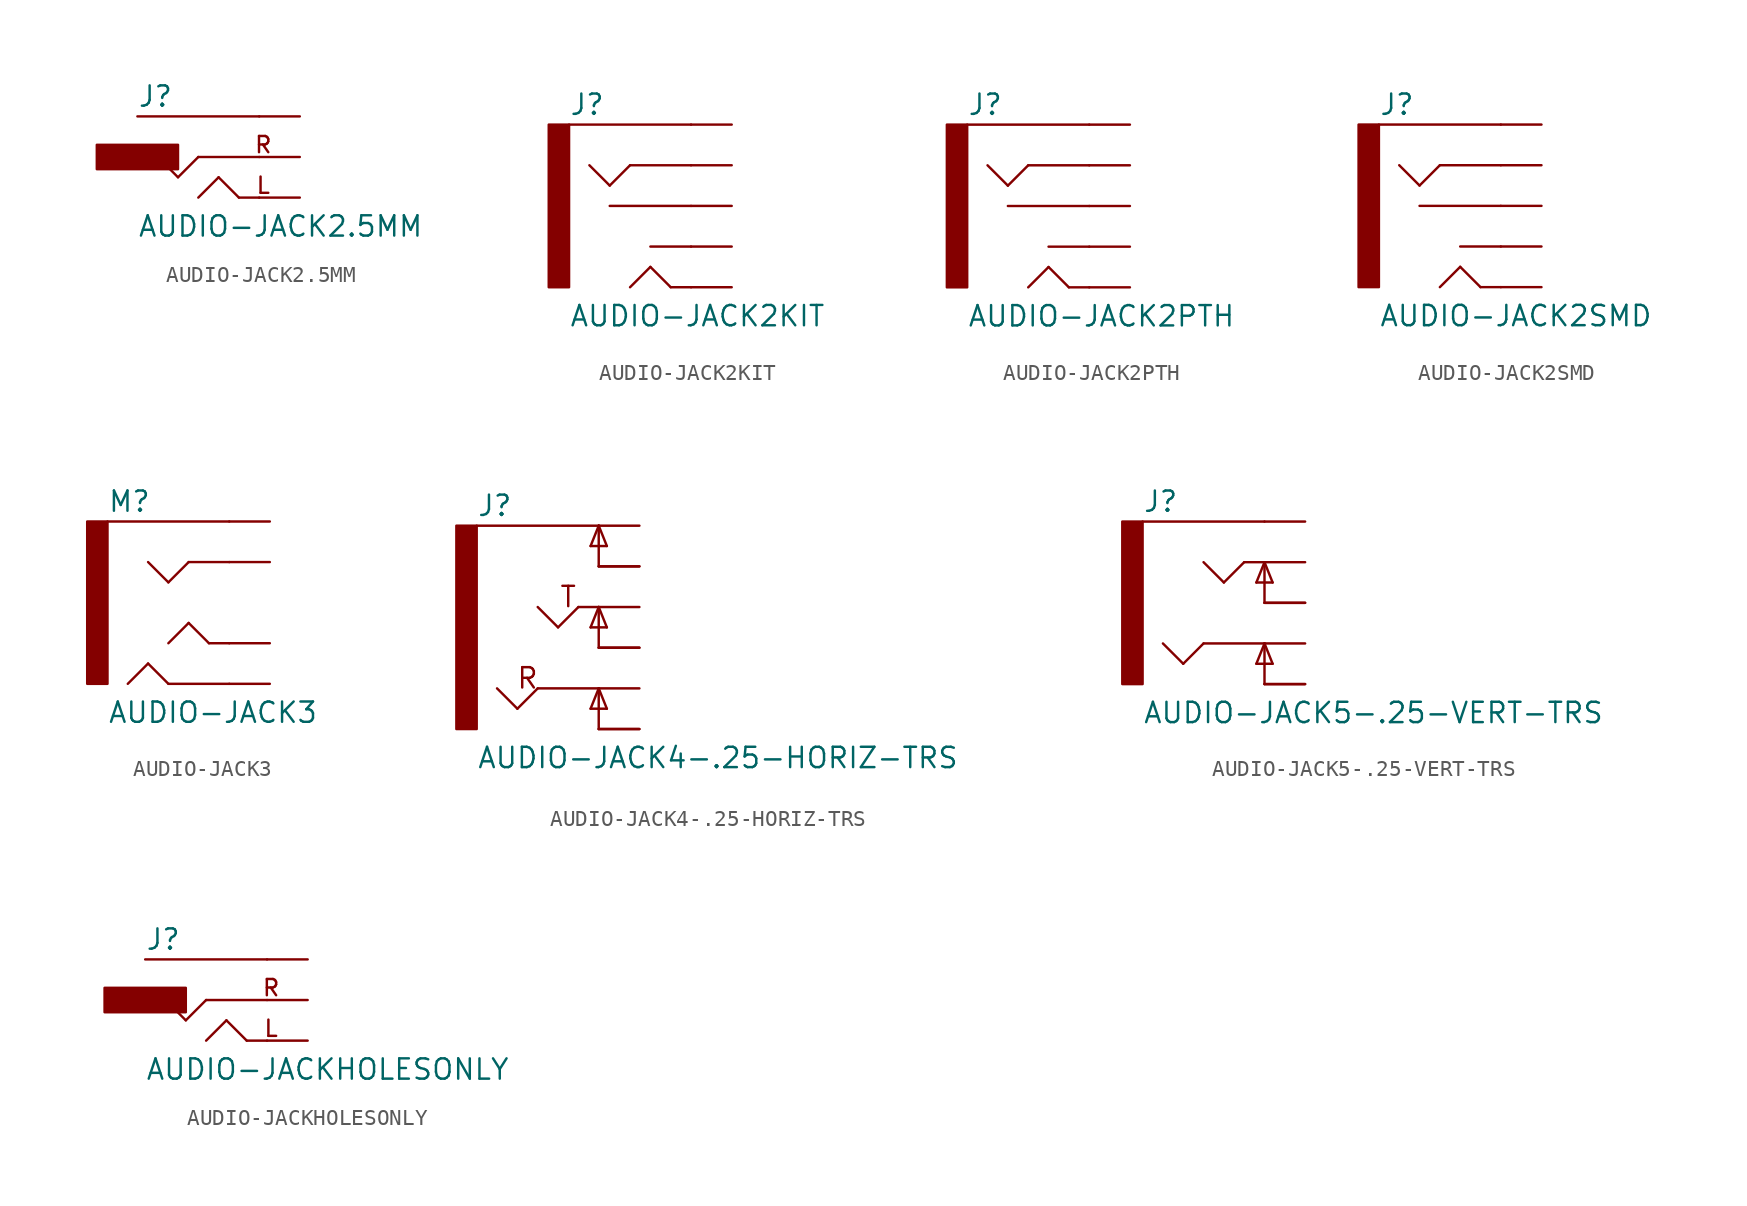
<source format=kicad_sym>
(kicad_symbol_lib
  (version 20211014)
  (generator kicad_symbol_editor)
  (symbol "AUDIO-JACK2.5MM"
    (pin_numbers hide)
    (pin_names
      (offset 1.016) hide)
    (property "Reference" "J"
      (at -5.08 3.048 0)
      (effects (font (size 1.27 1.27)) (justify left bottom)))
    (property "Value" "AUDIO-JACK2.5MM"
      (at -5.08 -5.08 0)
      (effects (font (size 1.27 1.27)) (justify left bottom)))
    (property "Datasheet" ""
      (at 0 0 0)
      (effects (font (size 1.524 1.524))))
    (property "ki_locked" ""
      (at 0 0 0)
      (effects (font (size 1.27 1.27))))
    (symbol "AUDIO-JACK2.5MM_1_0"
      (polyline (pts (xy -2.54 -1.27) (xy -3.81 0)) (stroke (width 0) (type default) (color 0 0 0 0)) (fill (type none)))
      (polyline (pts (xy -1.27 -2.54) (xy 0 -1.27)) (stroke (width 0) (type default) (color 0 0 0 0)) (fill (type none)))
      (polyline (pts (xy -1.27 0) (xy -2.54 -1.27)) (stroke (width 0) (type default) (color 0 0 0 0)) (fill (type none)))
      (polyline (pts (xy 0 -1.27) (xy 1.27 -2.54)) (stroke (width 0) (type default) (color 0 0 0 0)) (fill (type none)))
      (polyline (pts (xy 1.27 -2.54) (xy 2.54 -2.54)) (stroke (width 0) (type default) (color 0 0 0 0)) (fill (type none)))
      (polyline (pts (xy 2.54 0) (xy -1.27 0)) (stroke (width 0) (type default) (color 0 0 0 0)) (fill (type none)))
      (polyline (pts (xy 2.54 2.54) (xy -5.08 2.54)) (stroke (width 0) (type default) (color 0 0 0 0)) (fill (type none)))
      (text "L" (at 2.794 -1.778 0) (effects (font (size 1.016 1.016))))
      (text "R" (at 2.794 0.762 0) (effects (font (size 1.016 1.016)))))
    (symbol "AUDIO-JACK2.5MM_1_1"
      (rectangle (start -7.62 -0.762) (end -2.54 0.762) (stroke (width 0) (type default) (color 0 0 0 0)) (fill (type outline)))
      (pin bidirectional line (at 5.08 2.54 180) (length 2.54) (name "SLEEVE" (effects (font (size 1.016 1.016)))) (number "RING" (effects (font (size 1.016 1.016)))))
      (pin bidirectional line (at 5.08 -2.54 180) (length 2.54) (name "LEFT" (effects (font (size 1.016 1.016)))) (number "SHIE" (effects (font (size 1.016 1.016)))))
      (pin bidirectional line (at 5.08 0 180) (length 2.54) (name "RIGHT" (effects (font (size 1.016 1.016)))) (number "TIP" (effects (font (size 1.016 1.016)))))))
  (symbol "AUDIO-JACK2KIT"
    (pin_numbers hide)
    (pin_names
      (offset 1.016) hide)
    (property "Reference" "J"
      (at -5.08 5.588 0)
      (effects (font (size 1.27 1.27)) (justify left bottom)))
    (property "Value" "AUDIO-JACK2KIT"
      (at -5.08 -7.62 0)
      (effects (font (size 1.27 1.27)) (justify left bottom)))
    (property "Datasheet" ""
      (at 0 0 0)
      (effects (font (size 1.524 1.524))))
    (property "ki_locked" ""
      (at 0 0 0)
      (effects (font (size 1.27 1.27))))
    (symbol "AUDIO-JACK2KIT_1_0"
      (polyline (pts (xy -2.54 0) (xy 2.54 0)) (stroke (width 0) (type default) (color 0 0 0 0)) (fill (type none)))
      (polyline (pts (xy -2.54 1.27) (xy -3.81 2.54)) (stroke (width 0) (type default) (color 0 0 0 0)) (fill (type none)))
      (polyline (pts (xy -1.27 -5.08) (xy 0 -3.81)) (stroke (width 0) (type default) (color 0 0 0 0)) (fill (type none)))
      (polyline (pts (xy -1.27 2.54) (xy -2.54 1.27)) (stroke (width 0) (type default) (color 0 0 0 0)) (fill (type none)))
      (polyline (pts (xy 0 -3.81) (xy 1.27 -5.08)) (stroke (width 0) (type default) (color 0 0 0 0)) (fill (type none)))
      (polyline (pts (xy 0 -2.54) (xy 2.54 -2.54)) (stroke (width 0) (type default) (color 0 0 0 0)) (fill (type none)))
      (polyline (pts (xy 1.27 -5.08) (xy 2.54 -5.08)) (stroke (width 0) (type default) (color 0 0 0 0)) (fill (type none)))
      (polyline (pts (xy 2.54 2.54) (xy -1.27 2.54)) (stroke (width 0) (type default) (color 0 0 0 0)) (fill (type none)))
      (polyline (pts (xy 2.54 5.08) (xy -5.08 5.08)) (stroke (width 0) (type default) (color 0 0 0 0)) (fill (type none))))
    (symbol "AUDIO-JACK2KIT_1_1"
      (rectangle (start -6.35 -5.08) (end -5.08 5.08) (stroke (width 0) (type default) (color 0 0 0 0)) (fill (type outline)))
      (pin bidirectional line (at 5.08 2.54 180) (length 2.54) (name "RING" (effects (font (size 1.016 1.016)))) (number "RING" (effects (font (size 1.016 1.016)))))
      (pin bidirectional line (at 5.08 0 180) (length 2.54) (name "RSH" (effects (font (size 1.016 1.016)))) (number "RSH" (effects (font (size 1.016 1.016)))))
      (pin bidirectional line (at 5.08 5.08 180) (length 2.54) (name "SLEEVE" (effects (font (size 1.016 1.016)))) (number "SLEE" (effects (font (size 1.016 1.016)))))
      (pin bidirectional line (at 5.08 -5.08 180) (length 2.54) (name "TIP" (effects (font (size 1.016 1.016)))) (number "TIP" (effects (font (size 1.016 1.016)))))
      (pin bidirectional line (at 5.08 -2.54 180) (length 2.54) (name "TSH" (effects (font (size 1.016 1.016)))) (number "TSH" (effects (font (size 1.016 1.016)))))))
  (symbol "AUDIO-JACK2PTH"
    (pin_numbers hide)
    (pin_names
      (offset 1.016) hide)
    (property "Reference" "J"
      (at -5.08 5.588 0)
      (effects (font (size 1.27 1.27)) (justify left bottom)))
    (property "Value" "AUDIO-JACK2PTH"
      (at -5.08 -7.62 0)
      (effects (font (size 1.27 1.27)) (justify left bottom)))
    (property "Datasheet" ""
      (at 0 0 0)
      (effects (font (size 1.524 1.524))))
    (property "ki_locked" ""
      (at 0 0 0)
      (effects (font (size 1.27 1.27))))
    (symbol "AUDIO-JACK2PTH_1_0"
      (polyline (pts (xy -2.54 0) (xy 2.54 0)) (stroke (width 0) (type default) (color 0 0 0 0)) (fill (type none)))
      (polyline (pts (xy -2.54 1.27) (xy -3.81 2.54)) (stroke (width 0) (type default) (color 0 0 0 0)) (fill (type none)))
      (polyline (pts (xy -1.27 -5.08) (xy 0 -3.81)) (stroke (width 0) (type default) (color 0 0 0 0)) (fill (type none)))
      (polyline (pts (xy -1.27 2.54) (xy -2.54 1.27)) (stroke (width 0) (type default) (color 0 0 0 0)) (fill (type none)))
      (polyline (pts (xy 0 -3.81) (xy 1.27 -5.08)) (stroke (width 0) (type default) (color 0 0 0 0)) (fill (type none)))
      (polyline (pts (xy 0 -2.54) (xy 2.54 -2.54)) (stroke (width 0) (type default) (color 0 0 0 0)) (fill (type none)))
      (polyline (pts (xy 1.27 -5.08) (xy 2.54 -5.08)) (stroke (width 0) (type default) (color 0 0 0 0)) (fill (type none)))
      (polyline (pts (xy 2.54 2.54) (xy -1.27 2.54)) (stroke (width 0) (type default) (color 0 0 0 0)) (fill (type none)))
      (polyline (pts (xy 2.54 5.08) (xy -5.08 5.08)) (stroke (width 0) (type default) (color 0 0 0 0)) (fill (type none))))
    (symbol "AUDIO-JACK2PTH_1_1"
      (rectangle (start -6.35 -5.08) (end -5.08 5.08) (stroke (width 0) (type default) (color 0 0 0 0)) (fill (type outline)))
      (pin bidirectional line (at 5.08 2.54 180) (length 2.54) (name "RING" (effects (font (size 1.016 1.016)))) (number "RING" (effects (font (size 1.016 1.016)))))
      (pin bidirectional line (at 5.08 0 180) (length 2.54) (name "RSH" (effects (font (size 1.016 1.016)))) (number "RSH" (effects (font (size 1.016 1.016)))))
      (pin bidirectional line (at 5.08 5.08 180) (length 2.54) (name "SLEEVE" (effects (font (size 1.016 1.016)))) (number "SLEE" (effects (font (size 1.016 1.016)))))
      (pin bidirectional line (at 5.08 -5.08 180) (length 2.54) (name "TIP" (effects (font (size 1.016 1.016)))) (number "TIP" (effects (font (size 1.016 1.016)))))
      (pin bidirectional line (at 5.08 -2.54 180) (length 2.54) (name "TSH" (effects (font (size 1.016 1.016)))) (number "TSH" (effects (font (size 1.016 1.016)))))))
  (symbol "AUDIO-JACK2SMD"
    (pin_numbers hide)
    (pin_names
      (offset 1.016) hide)
    (property "Reference" "J"
      (at -5.08 5.588 0)
      (effects (font (size 1.27 1.27)) (justify left bottom)))
    (property "Value" "AUDIO-JACK2SMD"
      (at -5.08 -7.62 0)
      (effects (font (size 1.27 1.27)) (justify left bottom)))
    (property "Datasheet" ""
      (at 0 0 0)
      (effects (font (size 1.524 1.524))))
    (property "ki_locked" ""
      (at 0 0 0)
      (effects (font (size 1.27 1.27))))
    (symbol "AUDIO-JACK2SMD_1_0"
      (polyline (pts (xy -2.54 0) (xy 2.54 0)) (stroke (width 0) (type default) (color 0 0 0 0)) (fill (type none)))
      (polyline (pts (xy -2.54 1.27) (xy -3.81 2.54)) (stroke (width 0) (type default) (color 0 0 0 0)) (fill (type none)))
      (polyline (pts (xy -1.27 -5.08) (xy 0 -3.81)) (stroke (width 0) (type default) (color 0 0 0 0)) (fill (type none)))
      (polyline (pts (xy -1.27 2.54) (xy -2.54 1.27)) (stroke (width 0) (type default) (color 0 0 0 0)) (fill (type none)))
      (polyline (pts (xy 0 -3.81) (xy 1.27 -5.08)) (stroke (width 0) (type default) (color 0 0 0 0)) (fill (type none)))
      (polyline (pts (xy 0 -2.54) (xy 2.54 -2.54)) (stroke (width 0) (type default) (color 0 0 0 0)) (fill (type none)))
      (polyline (pts (xy 1.27 -5.08) (xy 2.54 -5.08)) (stroke (width 0) (type default) (color 0 0 0 0)) (fill (type none)))
      (polyline (pts (xy 2.54 2.54) (xy -1.27 2.54)) (stroke (width 0) (type default) (color 0 0 0 0)) (fill (type none)))
      (polyline (pts (xy 2.54 5.08) (xy -5.08 5.08)) (stroke (width 0) (type default) (color 0 0 0 0)) (fill (type none))))
    (symbol "AUDIO-JACK2SMD_1_1"
      (rectangle (start -6.35 -5.08) (end -5.08 5.08) (stroke (width 0) (type default) (color 0 0 0 0)) (fill (type outline)))
      (pin bidirectional line (at 5.08 2.54 180) (length 2.54) (name "RING" (effects (font (size 1.016 1.016)))) (number "RING" (effects (font (size 1.016 1.016)))))
      (pin bidirectional line (at 5.08 0 180) (length 2.54) (name "RSH" (effects (font (size 1.016 1.016)))) (number "RSH" (effects (font (size 1.016 1.016)))))
      (pin bidirectional line (at 5.08 5.08 180) (length 2.54) (name "SLEEVE" (effects (font (size 1.016 1.016)))) (number "SLEE" (effects (font (size 1.016 1.016)))))
      (pin bidirectional line (at 5.08 -5.08 180) (length 2.54) (name "TIP" (effects (font (size 1.016 1.016)))) (number "TIP" (effects (font (size 1.016 1.016)))))
      (pin bidirectional line (at 5.08 -2.54 180) (length 2.54) (name "TSH" (effects (font (size 1.016 1.016)))) (number "TSH" (effects (font (size 1.016 1.016)))))))
  (symbol "AUDIO-JACK3"
    (pin_numbers hide)
    (pin_names
      (offset 1.016) hide)
    (property "Reference" "M"
      (at -5.08 5.588 0)
      (effects (font (size 1.27 1.27)) (justify left bottom)))
    (property "Value" "AUDIO-JACK3"
      (at -5.08 -7.62 0)
      (effects (font (size 1.27 1.27)) (justify left bottom)))
    (property "Datasheet" ""
      (at 0 0 0)
      (effects (font (size 1.524 1.524))))
    (property "ki_locked" ""
      (at 0 0 0)
      (effects (font (size 1.27 1.27))))
    (symbol "AUDIO-JACK3_1_0"
      (polyline (pts (xy -3.81 -5.08) (xy -2.54 -3.81)) (stroke (width 0) (type default) (color 0 0 0 0)) (fill (type none)))
      (polyline (pts (xy -2.54 -3.81) (xy -1.27 -5.08)) (stroke (width 0) (type default) (color 0 0 0 0)) (fill (type none)))
      (polyline (pts (xy -1.27 -5.08) (xy 2.54 -5.08)) (stroke (width 0) (type default) (color 0 0 0 0)) (fill (type none)))
      (polyline (pts (xy -1.27 -2.54) (xy 0 -1.27)) (stroke (width 0) (type default) (color 0 0 0 0)) (fill (type none)))
      (polyline (pts (xy -1.27 1.27) (xy -2.54 2.54)) (stroke (width 0) (type default) (color 0 0 0 0)) (fill (type none)))
      (polyline (pts (xy 0 -1.27) (xy 1.27 -2.54)) (stroke (width 0) (type default) (color 0 0 0 0)) (fill (type none)))
      (polyline (pts (xy 0 2.54) (xy -1.27 1.27)) (stroke (width 0) (type default) (color 0 0 0 0)) (fill (type none)))
      (polyline (pts (xy 1.27 -2.54) (xy 2.54 -2.54)) (stroke (width 0) (type default) (color 0 0 0 0)) (fill (type none)))
      (polyline (pts (xy 2.54 2.54) (xy 0 2.54)) (stroke (width 0) (type default) (color 0 0 0 0)) (fill (type none)))
      (polyline (pts (xy 2.54 5.08) (xy -5.08 5.08)) (stroke (width 0) (type default) (color 0 0 0 0)) (fill (type none))))
    (symbol "AUDIO-JACK3_1_1"
      (rectangle (start -6.35 -5.08) (end -5.08 5.08) (stroke (width 0) (type default) (color 0 0 0 0)) (fill (type outline)))
      (pin bidirectional line (at 5.08 5.08 180) (length 2.54) (name "EARTH" (effects (font (size 1.016 1.016)))) (number "EART" (effects (font (size 1.016 1.016)))))
      (pin bidirectional line (at 5.08 2.54 180) (length 2.54) (name "RING1" (effects (font (size 1.016 1.016)))) (number "RING" (effects (font (size 1.016 1.016)))))
      (pin bidirectional line (at 5.08 -5.08 180) (length 2.54) (name "RING2" (effects (font (size 1.016 1.016)))) (number "RING" (effects (font (size 1.016 1.016)))))
      (pin bidirectional line (at 5.08 -2.54 180) (length 2.54) (name "TIP" (effects (font (size 1.016 1.016)))) (number "TIP" (effects (font (size 1.016 1.016)))))))
  (symbol "AUDIO-JACK4-.25-HORIZ-TRS"
    (pin_numbers hide)
    (pin_names
      (offset 1.016) hide)
    (property "Reference" "J"
      (at -5.08 8.128 0)
      (effects (font (size 1.27 1.27)) (justify left bottom)))
    (property "Value" "AUDIO-JACK4-.25-HORIZ-TRS"
      (at -5.08 -7.62 0)
      (effects (font (size 1.27 1.27)) (justify left bottom)))
    (property "Datasheet" ""
      (at 0 0 0)
      (effects (font (size 1.524 1.524))))
    (property "ki_locked" ""
      (at 0 0 0)
      (effects (font (size 1.27 1.27))))
    (symbol "AUDIO-JACK4-.25-HORIZ-TRS_1_0"
      (polyline (pts (xy -3.81 -2.54) (xy -2.54 -3.81)) (stroke (width 0) (type default) (color 0 0 0 0)) (fill (type none)))
      (polyline (pts (xy -2.54 -3.81) (xy -1.27 -2.54)) (stroke (width 0) (type default) (color 0 0 0 0)) (fill (type none)))
      (polyline (pts (xy -1.27 -2.54) (xy 2.54 -2.54)) (stroke (width 0) (type default) (color 0 0 0 0)) (fill (type none)))
      (polyline (pts (xy -1.27 2.54) (xy 0 1.27)) (stroke (width 0) (type default) (color 0 0 0 0)) (fill (type none)))
      (polyline (pts (xy 0 1.27) (xy 1.27 2.54)) (stroke (width 0) (type default) (color 0 0 0 0)) (fill (type none)))
      (polyline (pts (xy 1.27 2.54) (xy 2.54 2.54)) (stroke (width 0) (type default) (color 0 0 0 0)) (fill (type none)))
      (polyline (pts (xy 2.032 -3.81) (xy 2.54 -2.54)) (stroke (width 0) (type default) (color 0 0 0 0)) (fill (type none)))
      (polyline (pts (xy 2.032 1.27) (xy 2.54 2.54)) (stroke (width 0) (type default) (color 0 0 0 0)) (fill (type none)))
      (polyline (pts (xy 2.032 6.35) (xy 3.048 6.35)) (stroke (width 0) (type default) (color 0 0 0 0)) (fill (type none)))
      (polyline (pts (xy 2.54 -5.08) (xy 5.08 -5.08)) (stroke (width 0) (type default) (color 0 0 0 0)) (fill (type none)))
      (polyline (pts (xy 2.54 -2.54) (xy 2.54 -5.08)) (stroke (width 0) (type default) (color 0 0 0 0)) (fill (type none)))
      (polyline (pts (xy 2.54 -2.54) (xy 3.048 -3.81)) (stroke (width 0) (type default) (color 0 0 0 0)) (fill (type none)))
      (polyline (pts (xy 2.54 0) (xy 5.08 0)) (stroke (width 0) (type default) (color 0 0 0 0)) (fill (type none)))
      (polyline (pts (xy 2.54 2.54) (xy 2.54 0)) (stroke (width 0) (type default) (color 0 0 0 0)) (fill (type none)))
      (polyline (pts (xy 2.54 2.54) (xy 3.048 1.27)) (stroke (width 0) (type default) (color 0 0 0 0)) (fill (type none)))
      (polyline (pts (xy 2.54 5.08) (xy 2.54 7.62)) (stroke (width 0) (type default) (color 0 0 0 0)) (fill (type none)))
      (polyline (pts (xy 2.54 7.62) (xy -5.08 7.62)) (stroke (width 0) (type default) (color 0 0 0 0)) (fill (type none)))
      (polyline (pts (xy 2.54 7.62) (xy 2.032 6.35)) (stroke (width 0) (type default) (color 0 0 0 0)) (fill (type none)))
      (polyline (pts (xy 3.048 -3.81) (xy 2.032 -3.81)) (stroke (width 0) (type default) (color 0 0 0 0)) (fill (type none)))
      (polyline (pts (xy 3.048 1.27) (xy 2.032 1.27)) (stroke (width 0) (type default) (color 0 0 0 0)) (fill (type none)))
      (polyline (pts (xy 3.048 6.35) (xy 2.54 7.62)) (stroke (width 0) (type default) (color 0 0 0 0)) (fill (type none)))
      (polyline (pts (xy 5.08 5.08) (xy 2.54 5.08)) (stroke (width 0) (type default) (color 0 0 0 0)) (fill (type none)))
      (text "R" (at -1.905 -1.905 0) (effects (font (size 1.27 1.27))))
      (text "T" (at 0.635 3.175 0) (effects (font (size 1.27 1.27)))))
    (symbol "AUDIO-JACK4-.25-HORIZ-TRS_1_1"
      (rectangle (start -6.35 -5.08) (end -5.08 7.62) (stroke (width 0) (type default) (color 0 0 0 0)) (fill (type outline)))
      (pin bidirectional line (at 5.08 -2.54 180) (length 2.54) (name "RING" (effects (font (size 1.016 1.016)))) (number "RING" (effects (font (size 1.016 1.016)))))
      (pin bidirectional line (at 5.08 -5.08 180) (length 2.54) (name "RING-NORM" (effects (font (size 1.016 1.016)))) (number "RING" (effects (font (size 1.016 1.016)))))
      (pin bidirectional line (at 5.08 7.62 180) (length 2.54) (name "EARTH" (effects (font (size 1.016 1.016)))) (number "SLEE" (effects (font (size 1.016 1.016)))))
      (pin bidirectional line (at 5.08 5.08 180) (length 2.54) (name "EARTH-NORM" (effects (font (size 1.016 1.016)))) (number "SLEE" (effects (font (size 1.016 1.016)))))
      (pin bidirectional line (at 5.08 2.54 180) (length 2.54) (name "TIP" (effects (font (size 1.016 1.016)))) (number "TIP" (effects (font (size 1.016 1.016)))))
      (pin bidirectional line (at 5.08 0 180) (length 2.54) (name "TIP-NORM" (effects (font (size 1.016 1.016)))) (number "TIP-" (effects (font (size 1.016 1.016)))))))
  (symbol "AUDIO-JACK5-.25-VERT-TRS"
    (pin_numbers hide)
    (pin_names
      (offset 1.016) hide)
    (property "Reference" "J"
      (at -5.08 5.588 0)
      (effects (font (size 1.27 1.27)) (justify left bottom)))
    (property "Value" "AUDIO-JACK5-.25-VERT-TRS"
      (at -5.08 -7.62 0)
      (effects (font (size 1.27 1.27)) (justify left bottom)))
    (property "Datasheet" ""
      (at 0 0 0)
      (effects (font (size 1.524 1.524))))
    (property "ki_locked" ""
      (at 0 0 0)
      (effects (font (size 1.27 1.27))))
    (symbol "AUDIO-JACK5-.25-VERT-TRS_1_0"
      (polyline (pts (xy -3.81 -2.54) (xy -2.54 -3.81)) (stroke (width 0) (type default) (color 0 0 0 0)) (fill (type none)))
      (polyline (pts (xy -2.54 -3.81) (xy -1.27 -2.54)) (stroke (width 0) (type default) (color 0 0 0 0)) (fill (type none)))
      (polyline (pts (xy -1.27 -2.54) (xy 2.54 -2.54)) (stroke (width 0) (type default) (color 0 0 0 0)) (fill (type none)))
      (polyline (pts (xy -1.27 2.54) (xy 0 1.27)) (stroke (width 0) (type default) (color 0 0 0 0)) (fill (type none)))
      (polyline (pts (xy 0 1.27) (xy 1.27 2.54)) (stroke (width 0) (type default) (color 0 0 0 0)) (fill (type none)))
      (polyline (pts (xy 1.27 2.54) (xy 2.54 2.54)) (stroke (width 0) (type default) (color 0 0 0 0)) (fill (type none)))
      (polyline (pts (xy 2.032 -3.81) (xy 2.54 -2.54)) (stroke (width 0) (type default) (color 0 0 0 0)) (fill (type none)))
      (polyline (pts (xy 2.032 1.27) (xy 2.54 2.54)) (stroke (width 0) (type default) (color 0 0 0 0)) (fill (type none)))
      (polyline (pts (xy 2.54 -5.08) (xy 5.08 -5.08)) (stroke (width 0) (type default) (color 0 0 0 0)) (fill (type none)))
      (polyline (pts (xy 2.54 -2.54) (xy 2.54 -5.08)) (stroke (width 0) (type default) (color 0 0 0 0)) (fill (type none)))
      (polyline (pts (xy 2.54 -2.54) (xy 3.048 -3.81)) (stroke (width 0) (type default) (color 0 0 0 0)) (fill (type none)))
      (polyline (pts (xy 2.54 0) (xy 5.08 0)) (stroke (width 0) (type default) (color 0 0 0 0)) (fill (type none)))
      (polyline (pts (xy 2.54 2.54) (xy 2.54 0)) (stroke (width 0) (type default) (color 0 0 0 0)) (fill (type none)))
      (polyline (pts (xy 2.54 2.54) (xy 3.048 1.27)) (stroke (width 0) (type default) (color 0 0 0 0)) (fill (type none)))
      (polyline (pts (xy 2.54 5.08) (xy -5.08 5.08)) (stroke (width 0) (type default) (color 0 0 0 0)) (fill (type none)))
      (polyline (pts (xy 3.048 -3.81) (xy 2.032 -3.81)) (stroke (width 0) (type default) (color 0 0 0 0)) (fill (type none)))
      (polyline (pts (xy 3.048 1.27) (xy 2.032 1.27)) (stroke (width 0) (type default) (color 0 0 0 0)) (fill (type none))))
    (symbol "AUDIO-JACK5-.25-VERT-TRS_1_1"
      (rectangle (start -6.35 -5.08) (end -5.08 5.08) (stroke (width 0) (type default) (color 0 0 0 0)) (fill (type outline)))
      (pin bidirectional line (at 5.08 -2.54 180) (length 2.54) (name "RING" (effects (font (size 1.016 1.016)))) (number "RING" (effects (font (size 1.016 1.016)))))
      (pin bidirectional line (at 5.08 -5.08 180) (length 2.54) (name "RING-NORM" (effects (font (size 1.016 1.016)))) (number "RING" (effects (font (size 1.016 1.016)))))
      (pin bidirectional line (at 5.08 5.08 180) (length 2.54) (name "EARTH" (effects (font (size 1.016 1.016)))) (number "SLEE" (effects (font (size 1.016 1.016)))))
      (pin bidirectional line (at 5.08 2.54 180) (length 2.54) (name "TIP" (effects (font (size 1.016 1.016)))) (number "TIP" (effects (font (size 1.016 1.016)))))
      (pin bidirectional line (at 5.08 0 180) (length 2.54) (name "TIP-NORM" (effects (font (size 1.016 1.016)))) (number "TIP-" (effects (font (size 1.016 1.016)))))))
  (symbol "AUDIO-JACKHOLESONLY"
    (pin_numbers hide)
    (pin_names
      (offset 1.016) hide)
    (property "Reference" "J"
      (at -5.08 3.048 0)
      (effects (font (size 1.27 1.27)) (justify left bottom)))
    (property "Value" "AUDIO-JACKHOLESONLY"
      (at -5.08 -5.08 0)
      (effects (font (size 1.27 1.27)) (justify left bottom)))
    (property "Datasheet" ""
      (at 0 0 0)
      (effects (font (size 1.524 1.524))))
    (property "ki_locked" ""
      (at 0 0 0)
      (effects (font (size 1.27 1.27))))
    (symbol "AUDIO-JACKHOLESONLY_1_0"
      (polyline (pts (xy -2.54 -1.27) (xy -3.81 0)) (stroke (width 0) (type default) (color 0 0 0 0)) (fill (type none)))
      (polyline (pts (xy -1.27 -2.54) (xy 0 -1.27)) (stroke (width 0) (type default) (color 0 0 0 0)) (fill (type none)))
      (polyline (pts (xy -1.27 0) (xy -2.54 -1.27)) (stroke (width 0) (type default) (color 0 0 0 0)) (fill (type none)))
      (polyline (pts (xy 0 -1.27) (xy 1.27 -2.54)) (stroke (width 0) (type default) (color 0 0 0 0)) (fill (type none)))
      (polyline (pts (xy 1.27 -2.54) (xy 2.54 -2.54)) (stroke (width 0) (type default) (color 0 0 0 0)) (fill (type none)))
      (polyline (pts (xy 2.54 0) (xy -1.27 0)) (stroke (width 0) (type default) (color 0 0 0 0)) (fill (type none)))
      (polyline (pts (xy 2.54 2.54) (xy -5.08 2.54)) (stroke (width 0) (type default) (color 0 0 0 0)) (fill (type none)))
      (text "L" (at 2.794 -1.778 0) (effects (font (size 1.016 1.016))))
      (text "R" (at 2.794 0.762 0) (effects (font (size 1.016 1.016)))))
    (symbol "AUDIO-JACKHOLESONLY_1_1"
      (rectangle (start -7.62 -0.762) (end -2.54 0.762) (stroke (width 0) (type default) (color 0 0 0 0)) (fill (type outline)))
      (pin bidirectional line (at 5.08 2.54 180) (length 2.54) (name "SLEEVE" (effects (font (size 1.016 1.016)))) (number "RING" (effects (font (size 1.016 1.016)))))
      (pin bidirectional line (at 5.08 -2.54 180) (length 2.54) (name "LEFT" (effects (font (size 1.016 1.016)))) (number "SHIE" (effects (font (size 1.016 1.016)))))
      (pin bidirectional line (at 5.08 0 180) (length 2.54) (name "RIGHT" (effects (font (size 1.016 1.016)))) (number "TIP" (effects (font (size 1.016 1.016))))))))
</source>
